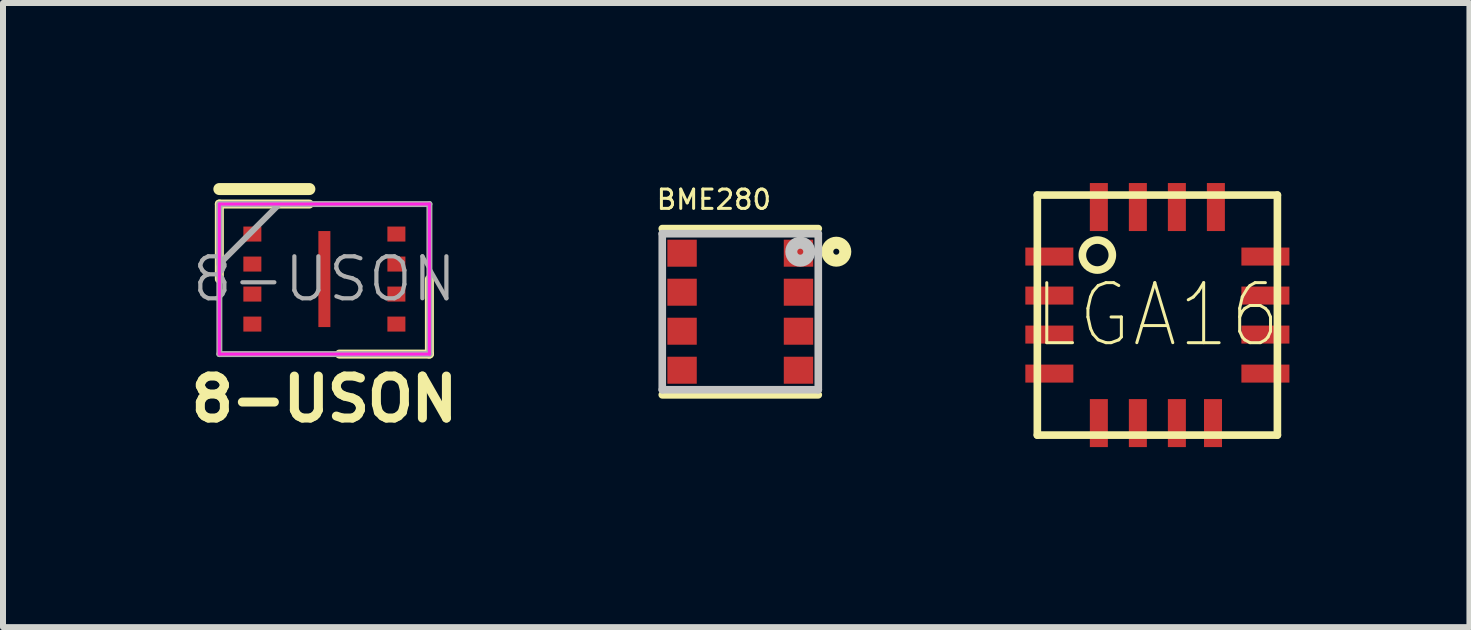
<source format=kicad_pcb>
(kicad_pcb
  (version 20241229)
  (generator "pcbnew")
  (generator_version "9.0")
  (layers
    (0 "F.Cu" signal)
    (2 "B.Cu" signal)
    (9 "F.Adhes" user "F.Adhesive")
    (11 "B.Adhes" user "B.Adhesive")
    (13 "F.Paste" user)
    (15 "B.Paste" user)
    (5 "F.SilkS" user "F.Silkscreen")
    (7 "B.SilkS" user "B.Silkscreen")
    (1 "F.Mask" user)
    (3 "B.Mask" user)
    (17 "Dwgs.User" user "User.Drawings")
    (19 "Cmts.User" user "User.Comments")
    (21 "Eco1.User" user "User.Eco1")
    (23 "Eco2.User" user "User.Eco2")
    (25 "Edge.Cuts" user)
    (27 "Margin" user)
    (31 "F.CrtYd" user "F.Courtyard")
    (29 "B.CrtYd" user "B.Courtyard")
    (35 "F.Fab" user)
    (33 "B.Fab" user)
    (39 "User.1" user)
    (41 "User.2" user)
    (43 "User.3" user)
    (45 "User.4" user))
  (footprint "BME280"
    (layer "F.Cu")
    (at 9.285 2.144)
    (property "Reference" "BME280" (at -0.44 -1.868 0) (layer "F.SilkS") (effects (font (size 0.322 0.322) (thickness 0.05))))
    (attr smd)
    (fp_line (start -1.3 -1.385) (end 1.3 -1.385) (stroke (width 0.127) (type solid)) (layer "F.SilkS"))
    (fp_line (start -1.3 1.385) (end 1.3 1.385) (stroke (width 0.127) (type solid)) (layer "F.SilkS"))
    (fp_circle (center 1.6 -1) (end 1.65 -1) (stroke (width 0.2) (type solid)) (fill no) (layer "F.SilkS"))
    (fp_line (start -1.3 -1.3) (end -1.3 1.3) (stroke (width 0.127) (type solid)) (layer "Dwgs.User"))
    (fp_line (start -1.3 1.3) (end 1.3 1.3) (stroke (width 0.127) (type solid)) (layer "Dwgs.User"))
    (fp_line (start 1.3 -1.3) (end -1.3 -1.3) (stroke (width 0.127) (type solid)) (layer "Dwgs.User"))
    (fp_line (start 1.3 1.3) (end 1.3 -1.3) (stroke (width 0.127) (type solid)) (layer "Dwgs.User"))
    (fp_circle (center 1 -1) (end 1.05 -1) (stroke (width 0.2) (type solid)) (fill no) (layer "Dwgs.User"))
    (fp_line (start -1.55 -1.55) (end 1.55 -1.55) (stroke (width 0.05) (type solid)) (layer "Eco1.User"))
    (fp_line (start -1.55 1.55) (end -1.55 -1.55) (stroke (width 0.05) (type solid)) (layer "Eco1.User"))
    (fp_line (start 1.55 -1.55) (end 1.55 1.55) (stroke (width 0.05) (type solid)) (layer "Eco1.User"))
    (fp_line (start 1.55 1.55) (end -1.55 1.55) (stroke (width 0.05) (type solid)) (layer "Eco1.User"))
    (pad "1" smd rect (at 0.97 -0.975) (size 0.49 0.45) (layers "F.Cu" "F.Mask" "F.Paste"))
    (pad "2" smd rect (at 0.97 -0.325) (size 0.49 0.45) (layers "F.Cu" "F.Mask" "F.Paste"))
    (pad "3" smd rect (at 0.97 0.325) (size 0.49 0.45) (layers "F.Cu" "F.Mask" "F.Paste"))
    (pad "4" smd rect (at 0.97 0.975) (size 0.49 0.45) (layers "F.Cu" "F.Mask" "F.Paste"))
    (pad "5" smd rect (at -0.97 0.975) (size 0.49 0.45) (layers "F.Cu" "F.Mask" "F.Paste"))
    (pad "6" smd rect (at -0.97 0.325) (size 0.49 0.45) (layers "F.Cu" "F.Mask" "F.Paste"))
    (pad "7" smd rect (at -0.97 -0.325) (size 0.49 0.45) (layers "F.Cu" "F.Mask" "F.Paste"))
    (pad "8" smd rect (at -0.97 -0.975) (size 0.49 0.45) (layers "F.Cu" "F.Mask" "F.Paste")))
  (footprint "8-USON"
    (layer "F.Cu")
    (at 2.355 1.6)
    (property "Reference" "8-USON" (at 0 2 0) (layer "F.SilkS") (effects (font (size 0.7 0.7) (thickness 0.15))))
    (attr through_hole)
    (fp_line (start -1.75 -1.5) (end -0.25 -1.5) (stroke (width 0.2) (type solid)) (layer "F.SilkS"))
    (fp_line (start -1.75 -1.25) (end -1.75 0) (stroke (width 0.15) (type solid)) (layer "F.SilkS"))
    (fp_line (start -0.25 -1.25) (end -1.75 -1.25) (stroke (width 0.15) (type solid)) (layer "F.SilkS"))
    (fp_line (start 0.25 1.25) (end 1.75 1.25) (stroke (width 0.15) (type solid)) (layer "F.SilkS"))
    (fp_line (start 1.75 1.25) (end 1.75 0) (stroke (width 0.15) (type solid)) (layer "F.SilkS"))
    (fp_line (start -1.75 -1.25) (end 1.75 -1.25) (stroke (width 0.05) (type solid)) (layer "F.CrtYd"))
    (fp_line (start -1.75 1.25) (end -1.75 -1.25) (stroke (width 0.05) (type solid)) (layer "F.CrtYd"))
    (fp_line (start 1.75 -1.25) (end 1.75 1.25) (stroke (width 0.05) (type solid)) (layer "F.CrtYd"))
    (fp_line (start 1.75 1.25) (end -1.75 1.25) (stroke (width 0.05) (type solid)) (layer "F.CrtYd"))
    (fp_line (start -1.75 -1.25) (end 1.75 -1.25) (stroke (width 0.1) (type solid)) (layer "F.Fab"))
    (fp_line (start -1.75 1.25) (end -1.75 -1.25) (stroke (width 0.1) (type solid)) (layer "F.Fab"))
    (fp_line (start 1.75 -1.25) (end 1.75 1.25) (stroke (width 0.1) (type solid)) (layer "F.Fab"))
    (fp_line (start 1.75 1.25) (end -1.75 1.25) (stroke (width 0.1) (type solid)) (layer "F.Fab"))
    (fp_poly (pts (xy -1.75 -1.25) (xy -1.75 -0.25) (xy -0.75 -1.25)) (stroke (width 0.1) (type solid)) (fill no) (layer "F.Fab"))
    (fp_text user "${REFERENCE}" (at 0 0 0) (layer "F.Fab") (effects (font (size 0.7 0.7) (thickness 0.07))))
    (pad "1" smd rect (at -1.2 -0.75) (size 0.3 0.25) (layers "F.Cu" "F.Mask" "F.Paste"))
    (pad "2" smd rect (at -1.2 -0.25) (size 0.3 0.25) (layers "F.Cu" "F.Mask" "F.Paste"))
    (pad "3" smd rect (at -1.2 0.25) (size 0.3 0.25) (layers "F.Cu" "F.Mask" "F.Paste"))
    (pad "4" smd rect (at -1.2 0.75) (size 0.3 0.25) (layers "F.Cu" "F.Mask" "F.Paste"))
    (pad "5" smd rect (at 1.2 0.75) (size 0.3 0.25) (layers "F.Cu" "F.Mask" "F.Paste"))
    (pad "6" smd rect (at 1.2 0.25) (size 0.3 0.25) (layers "F.Cu" "F.Mask" "F.Paste"))
    (pad "7" smd rect (at 1.2 -0.25) (size 0.3 0.25) (layers "F.Cu" "F.Mask" "F.Paste"))
    (pad "8" smd rect (at 1.2 -0.75) (size 0.3 0.25) (layers "F.Cu" "F.Mask" "F.Paste"))
    (pad "FLAG" smd rect (at 0 0) (size 0.2 1.6) (layers "F.Cu" "F.Mask" "F.Paste")))
  (footprint "LGA16"
    (layer "F.Cu")
    (at 16.235 2.2)
    (property "Reference" "LGA16" (at 0 0 0) (layer "F.SilkS") (effects (font (size 1 0.9) (thickness 0.05))))
    (attr smd)
    (fp_line (start -2 -2) (end 2 -2) (stroke (width 0.127) (type solid)) (layer "F.SilkS"))
    (fp_line (start -2 2) (end -2 -2) (stroke (width 0.127) (type solid)) (layer "F.SilkS"))
    (fp_line (start 2 -2) (end 2 2) (stroke (width 0.127) (type solid)) (layer "F.SilkS"))
    (fp_line (start 2 2) (end -2 2) (stroke (width 0.127) (type solid)) (layer "F.SilkS"))
    (fp_circle (center -1 -1) (end -0.75 -1) (stroke (width 0.127) (type solid)) (fill no) (layer "F.SilkS"))
    (pad "P$1" smd rect (at -1.8 -0.975) (size 0.8 0.3) (layers "F.Cu" "F.Mask" "F.Paste"))
    (pad "P$2" smd rect (at -1.8 -0.325) (size 0.8 0.3) (layers "F.Cu" "F.Mask" "F.Paste"))
    (pad "P$3" smd rect (at -1.8 0.325) (size 0.8 0.3) (layers "F.Cu" "F.Mask" "F.Paste"))
    (pad "P$4" smd rect (at -1.8 0.975) (size 0.8 0.3) (layers "F.Cu" "F.Mask" "F.Paste"))
    (pad "P$5" smd rect (at -0.975 1.8) (size 0.3 0.8) (layers "F.Cu" "F.Mask" "F.Paste"))
    (pad "P$6" smd rect (at -0.325 1.8 90) (size 0.8 0.3) (layers "F.Cu" "F.Mask" "F.Paste"))
    (pad "P$7" smd rect (at 0.325 1.8 90) (size 0.8 0.3) (layers "F.Cu" "F.Mask" "F.Paste"))
    (pad "P$8" smd rect (at 0.927 1.8 90) (size 0.8 0.3) (layers "F.Cu" "F.Mask" "F.Paste"))
    (pad "P$9" smd rect (at 1.8 0.975 180) (size 0.8 0.3) (layers "F.Cu" "F.Mask" "F.Paste"))
    (pad "P$10" smd rect (at 1.8 0.325 180) (size 0.8 0.3) (layers "F.Cu" "F.Mask" "F.Paste"))
    (pad "P$11" smd rect (at 1.8 -0.325 180) (size 0.8 0.3) (layers "F.Cu" "F.Mask" "F.Paste"))
    (pad "P$12" smd rect (at 1.8 -0.975 180) (size 0.8 0.3) (layers "F.Cu" "F.Mask" "F.Paste"))
    (pad "P$13" smd rect (at 0.975 -1.8 180) (size 0.3 0.8) (layers "F.Cu" "F.Mask" "F.Paste"))
    (pad "P$14" smd rect (at 0.325 -1.8 270) (size 0.8 0.3) (layers "F.Cu" "F.Mask" "F.Paste"))
    (pad "P$15" smd rect (at -0.325 -1.8 270) (size 0.8 0.3) (layers "F.Cu" "F.Mask" "F.Paste"))
    (pad "P$16" smd rect (at -0.975 -1.8 270) (size 0.8 0.3) (layers "F.Cu" "F.Mask" "F.Paste")))
  (gr_rect
    (start -3 -3)
    (end 21.435 7.4)
    (stroke (width 0.1) (type default))
    (fill no)
    (layer "Edge.Cuts")))
</source>
